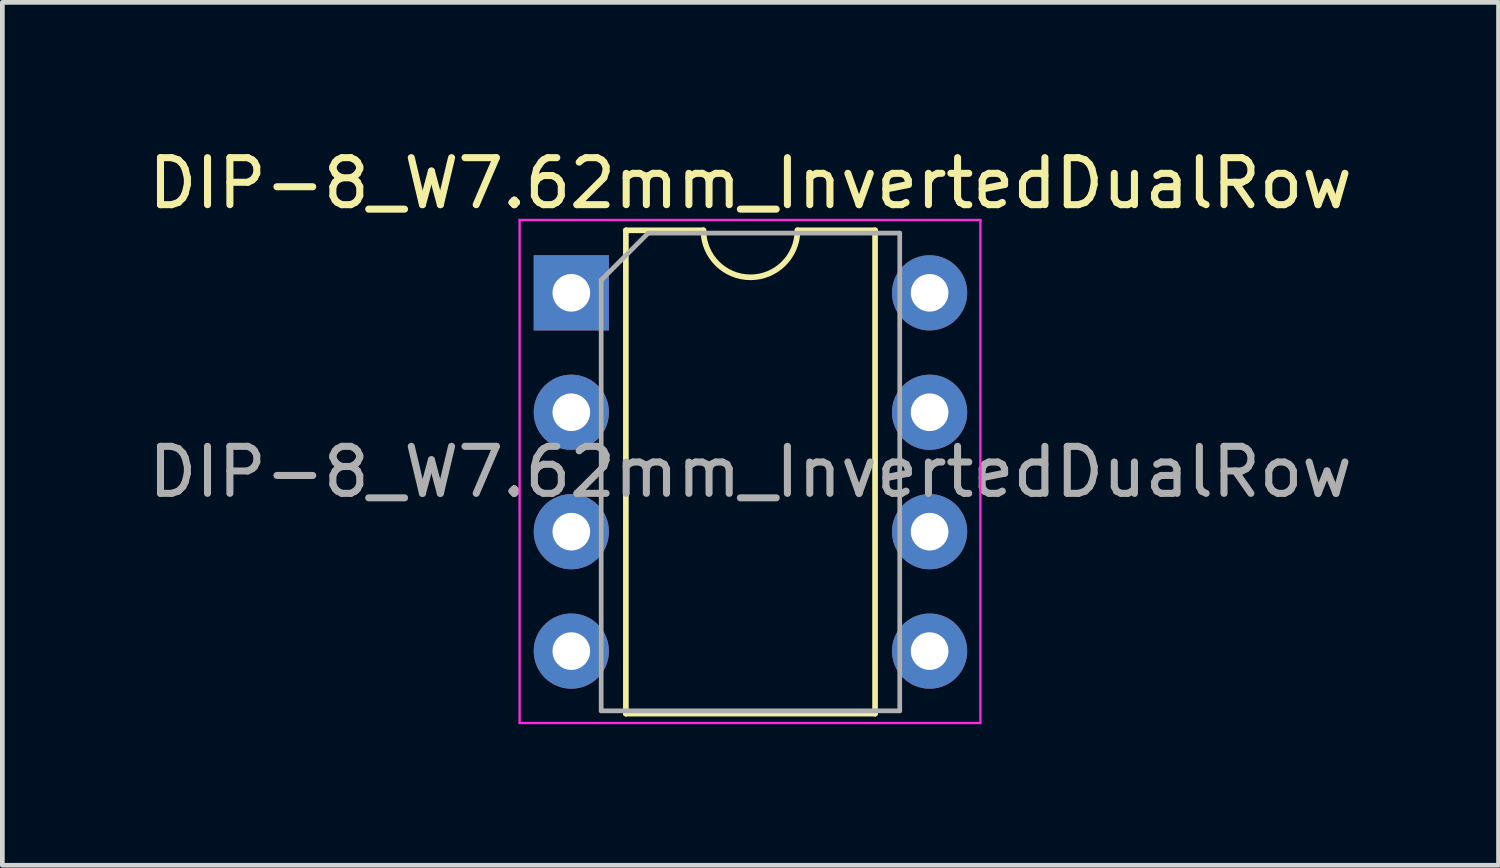
<source format=kicad_pcb>
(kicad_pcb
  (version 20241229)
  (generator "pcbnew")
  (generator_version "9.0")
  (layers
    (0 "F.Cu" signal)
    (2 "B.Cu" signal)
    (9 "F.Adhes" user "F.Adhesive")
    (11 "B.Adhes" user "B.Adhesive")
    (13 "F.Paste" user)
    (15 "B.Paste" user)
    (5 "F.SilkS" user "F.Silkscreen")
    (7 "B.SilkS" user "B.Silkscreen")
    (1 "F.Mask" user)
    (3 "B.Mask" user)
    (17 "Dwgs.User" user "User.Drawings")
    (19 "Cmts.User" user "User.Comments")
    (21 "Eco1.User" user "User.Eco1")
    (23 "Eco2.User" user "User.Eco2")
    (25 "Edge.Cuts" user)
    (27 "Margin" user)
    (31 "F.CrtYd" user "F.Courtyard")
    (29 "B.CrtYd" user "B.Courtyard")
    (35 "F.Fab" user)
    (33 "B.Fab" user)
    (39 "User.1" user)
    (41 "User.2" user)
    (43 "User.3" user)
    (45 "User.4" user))
  (footprint "DIP-8_W7.62mm_InvertedDualRow"
    (layer "F.Cu")
    (at 9.101 3.178)
    (property "Reference" "DIP-8_W7.62mm_InvertedDualRow" (at 3.81 -2.33 0) (layer "F.SilkS") (effects (font (size 1 1) (thickness 0.15))))
    (attr through_hole)
    (fp_line (start 1.16 -1.33) (end 1.16 8.95) (stroke (width 0.12) (type solid)) (layer "F.SilkS"))
    (fp_line (start 1.16 8.95) (end 6.46 8.95) (stroke (width 0.12) (type solid)) (layer "F.SilkS"))
    (fp_line (start 2.81 -1.33) (end 1.16 -1.33) (stroke (width 0.12) (type solid)) (layer "F.SilkS"))
    (fp_line (start 6.46 -1.33) (end 4.81 -1.33) (stroke (width 0.12) (type solid)) (layer "F.SilkS"))
    (fp_line (start 6.46 8.95) (end 6.46 -1.33) (stroke (width 0.12) (type solid)) (layer "F.SilkS"))
    (fp_arc (start 4.81 -1.33) (mid 3.81 -0.33) (end 2.81 -1.33) (stroke (width 0.12) (type solid)) (layer "F.SilkS"))
    (fp_line (start -1.1 -1.55) (end -1.1 9.15) (stroke (width 0.05) (type solid)) (layer "F.CrtYd"))
    (fp_line (start -1.1 9.15) (end 8.7 9.15) (stroke (width 0.05) (type solid)) (layer "F.CrtYd"))
    (fp_line (start 8.7 -1.55) (end -1.1 -1.55) (stroke (width 0.05) (type solid)) (layer "F.CrtYd"))
    (fp_line (start 8.7 9.15) (end 8.7 -1.55) (stroke (width 0.05) (type solid)) (layer "F.CrtYd"))
    (fp_line (start 0.635 -0.27) (end 1.635 -1.27) (stroke (width 0.1) (type solid)) (layer "F.Fab"))
    (fp_line (start 0.635 8.89) (end 0.635 -0.27) (stroke (width 0.1) (type solid)) (layer "F.Fab"))
    (fp_line (start 1.635 -1.27) (end 6.985 -1.27) (stroke (width 0.1) (type solid)) (layer "F.Fab"))
    (fp_line (start 6.985 -1.27) (end 6.985 8.89) (stroke (width 0.1) (type solid)) (layer "F.Fab"))
    (fp_line (start 6.985 8.89) (end 0.635 8.89) (stroke (width 0.1) (type solid)) (layer "F.Fab"))
    (fp_text user "${REFERENCE}" (at 3.81 3.81 0) (layer "F.Fab") (effects (font (size 1 1) (thickness 0.15))))
    (pad "1" thru_hole rect (at 0 0) (size 1.6 1.6) (drill 0.8) (layers "*.Cu" "*.Mask"))
    (pad "2" thru_hole oval (at 0 2.54) (size 1.6 1.6) (drill 0.8) (layers "*.Cu" "*.Mask"))
    (pad "3" thru_hole oval (at 0 5.08) (size 1.6 1.6) (drill 0.8) (layers "*.Cu" "*.Mask"))
    (pad "4" thru_hole oval (at 0 7.62) (size 1.6 1.6) (drill 0.8) (layers "*.Cu" "*.Mask"))
    (pad "5" thru_hole oval (at 7.62 0) (size 1.6 1.6) (drill 0.8) (layers "*.Cu" "*.Mask"))
    (pad "6" thru_hole oval (at 7.62 2.54) (size 1.6 1.6) (drill 0.8) (layers "*.Cu" "*.Mask"))
    (pad "7" thru_hole oval (at 7.62 5.08) (size 1.6 1.6) (drill 0.8) (layers "*.Cu" "*.Mask"))
    (pad "8" thru_hole oval (at 7.62 7.62) (size 1.6 1.6) (drill 0.8) (layers "*.Cu" "*.Mask")))
  (gr_rect
    (start -3 -3)
    (end 28.821 15.353)
    (stroke (width 0.1) (type default))
    (fill no)
    (layer "Edge.Cuts")))
</source>
